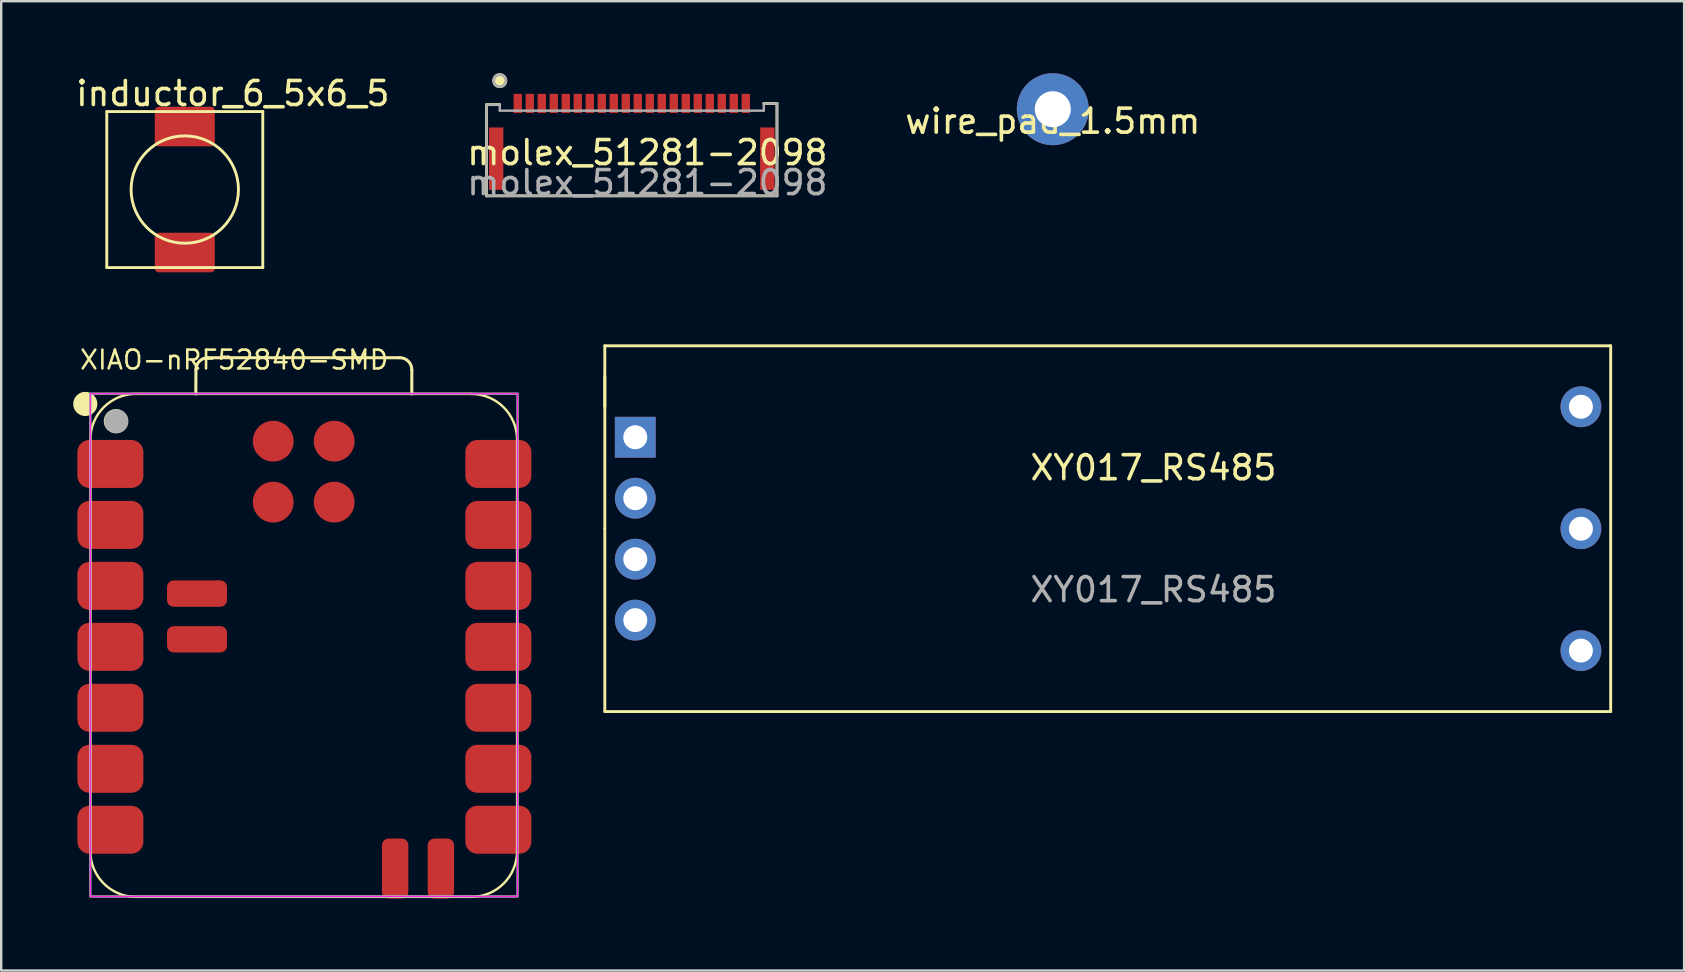
<source format=kicad_pcb>
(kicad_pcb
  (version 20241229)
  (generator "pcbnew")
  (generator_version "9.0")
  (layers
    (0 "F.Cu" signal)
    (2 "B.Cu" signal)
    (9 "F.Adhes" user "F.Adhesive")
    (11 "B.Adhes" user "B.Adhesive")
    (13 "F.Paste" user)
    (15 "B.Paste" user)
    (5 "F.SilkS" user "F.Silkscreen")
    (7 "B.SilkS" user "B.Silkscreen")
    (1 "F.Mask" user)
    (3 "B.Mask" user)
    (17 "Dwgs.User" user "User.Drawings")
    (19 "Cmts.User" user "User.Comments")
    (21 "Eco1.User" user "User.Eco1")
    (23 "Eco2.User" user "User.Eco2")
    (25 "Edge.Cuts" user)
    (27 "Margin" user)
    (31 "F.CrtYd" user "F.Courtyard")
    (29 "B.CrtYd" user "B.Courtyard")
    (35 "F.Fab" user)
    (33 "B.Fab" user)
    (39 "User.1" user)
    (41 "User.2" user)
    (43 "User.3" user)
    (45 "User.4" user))
  (footprint "inductor_6_5x6_5"
    (layer "F.Cu")
    (at 4.649 4.848)
    (property "Reference" "inductor_6_5x6_5" (at 2 -4 0) (layer "F.SilkS") (effects (font (size 1 1) (thickness 0.15))))
    (attr through_hole)
    (fp_line (start -3.25 -3.25) (end 3.25 -3.25) (stroke (width 0.12) (type solid)) (layer "F.SilkS"))
    (fp_line (start -3.25 3.25) (end -3.25 -3.25) (stroke (width 0.12) (type solid)) (layer "F.SilkS"))
    (fp_line (start 3.25 -3.25) (end 3.25 3.25) (stroke (width 0.12) (type solid)) (layer "F.SilkS"))
    (fp_line (start 3.25 3.25) (end -3.25 3.25) (stroke (width 0.12) (type solid)) (layer "F.SilkS"))
    (fp_circle (center 0 0) (end 2 -1) (stroke (width 0.12) (type solid)) (fill no) (layer "F.SilkS"))
    (pad "1" smd roundrect (at 0 -2.625) (size 2.5 1.65) (layers "F.Cu" "F.Mask" "F.Paste") (roundrect_rratio 0.1))
    (pad "2" smd roundrect (at 0 2.625) (size 2.5 1.65) (layers "F.Cu" "F.Mask" "F.Paste") (roundrect_rratio 0.1)))
  (footprint "molex_51281-2098"
    (layer "F.Cu")
    (at 23.273 3.31)
    (property "Reference" "molex_51281-2098" (at 0.65 0 0) (unlocked yes) (layer "F.SilkS") (effects (font (size 1 1) (thickness 0.15))))
    (attr smd)
    (fp_line (start -6.05 -2) (end -5.5 -2) (stroke (width 0.12) (type solid)) (layer "F.SilkS"))
    (fp_line (start -6.05 1.8) (end -6.05 -2) (stroke (width 0.12) (type solid)) (layer "F.SilkS"))
    (fp_line (start -6.05 1.8) (end 6.05 1.8) (stroke (width 0.12) (type solid)) (layer "F.SilkS"))
    (fp_line (start 6.05 -2.05) (end 5.5 -2.05) (stroke (width 0.12) (type solid)) (layer "F.SilkS"))
    (fp_line (start 6.05 1.8) (end 6.05 -2.05) (stroke (width 0.12) (type solid)) (layer "F.SilkS"))
    (fp_circle (center -5.5 -3) (end -5.25 -3) (stroke (width 0.12) (type solid)) (fill yes) (layer "F.SilkS"))
    (fp_line (start -6.05 -2) (end -5.5 -2) (stroke (width 0.1) (type solid)) (layer "F.Fab"))
    (fp_line (start -6.05 -1.75) (end -6.05 -2) (stroke (width 0.1) (type solid)) (layer "F.Fab"))
    (fp_line (start -6.05 1.8) (end -6.05 -1.75) (stroke (width 0.1) (type solid)) (layer "F.Fab"))
    (fp_line (start -6.05 1.8) (end 6.05 1.8) (stroke (width 0.1) (type solid)) (layer "F.Fab"))
    (fp_line (start -5.5 -2) (end -5.5 -1.75) (stroke (width 0.1) (type solid)) (layer "F.Fab"))
    (fp_line (start -5.5 -1.75) (end 5.5 -1.75) (stroke (width 0.1) (type solid)) (layer "F.Fab"))
    (fp_line (start 5.5 -2.05) (end 5.5 -1.75) (stroke (width 0.1) (type solid)) (layer "F.Fab"))
    (fp_line (start 6.05 -2.05) (end 5.5 -2.05) (stroke (width 0.1) (type solid)) (layer "F.Fab"))
    (fp_line (start 6.05 -1.75) (end 6.05 -2.05) (stroke (width 0.1) (type solid)) (layer "F.Fab"))
    (fp_line (start 6.05 -1.75) (end 6.05 1.8) (stroke (width 0.1) (type solid)) (layer "F.Fab"))
    (fp_circle (center -5.5 -3) (end -5.25 -3) (stroke (width 0.12) (type solid)) (fill no) (layer "F.Fab"))
    (fp_text user "${REFERENCE}" (at 0.65 1.25 0) (unlocked yes) (layer "F.Fab") (effects (font (size 1 1) (thickness 0.15))))
    (pad "1" smd rect (at -4.75 -2.05) (size 0.35 0.8) (layers "F.Cu" "F.Mask" "F.Paste"))
    (pad "2" smd rect (at -4.25 -2.05) (size 0.35 0.8) (layers "F.Cu" "F.Mask" "F.Paste"))
    (pad "3" smd rect (at -3.75 -2.05) (size 0.35 0.8) (layers "F.Cu" "F.Mask" "F.Paste"))
    (pad "4" smd rect (at -3.25 -2.05) (size 0.35 0.8) (layers "F.Cu" "F.Mask" "F.Paste"))
    (pad "5" smd rect (at -2.75 -2.05) (size 0.35 0.8) (layers "F.Cu" "F.Mask" "F.Paste"))
    (pad "6" smd rect (at -2.25 -2.05) (size 0.35 0.8) (layers "F.Cu" "F.Mask" "F.Paste"))
    (pad "7" smd rect (at -1.75 -2.05) (size 0.35 0.8) (layers "F.Cu" "F.Mask" "F.Paste"))
    (pad "8" smd rect (at -1.25 -2.05) (size 0.35 0.8) (layers "F.Cu" "F.Mask" "F.Paste"))
    (pad "9" smd rect (at -0.75 -2.05) (size 0.35 0.8) (layers "F.Cu" "F.Mask" "F.Paste"))
    (pad "10" smd rect (at -0.25 -2.05) (size 0.35 0.8) (layers "F.Cu" "F.Mask" "F.Paste"))
    (pad "11" smd rect (at 0.25 -2.05) (size 0.35 0.8) (layers "F.Cu" "F.Mask" "F.Paste"))
    (pad "12" smd rect (at 0.75 -2.05) (size 0.35 0.8) (layers "F.Cu" "F.Mask" "F.Paste"))
    (pad "13" smd rect (at 1.25 -2.05) (size 0.35 0.8) (layers "F.Cu" "F.Mask" "F.Paste"))
    (pad "14" smd rect (at 1.75 -2.05) (size 0.35 0.8) (layers "F.Cu" "F.Mask" "F.Paste"))
    (pad "15" smd rect (at 2.25 -2.05) (size 0.35 0.8) (layers "F.Cu" "F.Mask" "F.Paste"))
    (pad "16" smd rect (at 2.75 -2.05) (size 0.35 0.8) (layers "F.Cu" "F.Mask" "F.Paste"))
    (pad "17" smd rect (at 3.25 -2.05) (size 0.35 0.8) (layers "F.Cu" "F.Mask" "F.Paste"))
    (pad "18" smd rect (at 3.75 -2.05) (size 0.35 0.8) (layers "F.Cu" "F.Mask" "F.Paste"))
    (pad "19" smd rect (at 4.25 -2.05) (size 0.35 0.8) (layers "F.Cu" "F.Mask" "F.Paste"))
    (pad "20" smd rect (at 4.75 -2.05) (size 0.35 0.8) (layers "F.Cu" "F.Mask" "F.Paste"))
    (pad "MP" smd rect (at -5.65 0.25) (size 0.6 2.6) (layers "F.Cu" "F.Mask" "F.Paste"))
    (pad "MP" smd rect (at 5.65 0.25) (size 0.6 2.6) (layers "F.Cu" "F.Mask" "F.Paste")))
  (footprint "XIAO-nRF52840-SMD"
    (layer "F.Cu")
    (at 9.659 23.901)
    (property "Reference" "XIAO-nRF52840-SMD" (at -9.445 -11.5 0) (layer "F.SilkS") (effects (font (size 0.782 0.782) (thickness 0.107)) (justify left bottom)))
    (fp_line (start -8.945 8.513) (end -8.945 -8.632) (stroke (width 0.1) (type solid)) (layer "F.SilkS"))
    (fp_line (start -7.04 10.418) (end 6.93 10.418) (stroke (width 0.1) (type solid)) (layer "F.SilkS"))
    (fp_line (start -4.55 -10.537) (end -4.546 -11.547) (stroke (width 0.127) (type solid)) (layer "F.SilkS"))
    (fp_line (start -4.046 -12.047) (end 3.949 -12.047) (stroke (width 0.127) (type solid)) (layer "F.SilkS"))
    (fp_line (start 4.449 -11.547) (end 4.449 -10.537) (stroke (width 0.127) (type solid)) (layer "F.SilkS"))
    (fp_line (start 6.93 -10.537) (end -7.04 -10.537) (stroke (width 0.1) (type solid)) (layer "F.SilkS"))
    (fp_line (start 8.835 8.513) (end 8.835 -8.632) (stroke (width 0.1) (type solid)) (layer "F.SilkS"))
    (fp_arc (start -8.945 -8.636) (mid -8.387038 -9.983038) (end -7.04 -10.541) (stroke (width 0.1) (type solid)) (layer "F.SilkS"))
    (fp_arc (start -7.04 10.418) (mid -8.387038 9.860038) (end -8.945 8.513) (stroke (width 0.1) (type solid)) (layer "F.SilkS"))
    (fp_arc (start -4.546272 -11.547272) (mid -4.399724 -11.900644) (end -4.046272 -12.047) (stroke (width 0.127) (type default)) (layer "F.SilkS"))
    (fp_arc (start 3.949 -12.047) (mid 4.302524 -11.900524) (end 4.449 -11.547) (stroke (width 0.127) (type default)) (layer "F.SilkS"))
    (fp_arc (start 6.93 -10.537) (mid 8.277024 -9.979024) (end 8.835 -8.632) (stroke (width 0.1) (type solid)) (layer "F.SilkS"))
    (fp_arc (start 8.835 8.513) (mid 8.277038 9.860038) (end 6.93 10.418) (stroke (width 0.1) (type solid)) (layer "F.SilkS"))
    (fp_circle (center -9.155 -10.121) (end -9.155 -10.375) (stroke (width 0.5) (type solid)) (fill yes) (layer "F.SilkS"))
    (fp_circle (center -7.881 -9.404) (end -7.881 -9.658) (stroke (width 0.5) (type solid)) (fill yes) (layer "F.SilkS"))
    (fp_rect (start -8.945 -10.55) (end 8.855 10.4) (stroke (width 0.05) (type default)) (fill no) (layer "F.CrtYd"))
    (fp_rect (start -8.945 -10.55) (end 8.855 10.4) (stroke (width 0.1) (type default)) (fill no) (layer "F.Fab"))
    (fp_circle (center -7.861 -9.4) (end -7.861 -9.654) (stroke (width 0.5) (type solid)) (fill no) (layer "F.Fab"))
    (pad "1" smd roundrect (at -8.11 -7.62) (size 2.75 2) (layers "F.Cu" "F.Mask" "F.Paste") (roundrect_rratio 0.25))
    (pad "2" smd roundrect (at -8.11 -5.08) (size 2.75 2) (layers "F.Cu" "F.Mask" "F.Paste") (roundrect_rratio 0.25))
    (pad "3" smd roundrect (at -8.11 -2.54) (size 2.75 2) (layers "F.Cu" "F.Mask" "F.Paste") (roundrect_rratio 0.25))
    (pad "4" smd roundrect (at -8.11 0) (size 2.75 2) (layers "F.Cu" "F.Mask" "F.Paste") (roundrect_rratio 0.25))
    (pad "5" smd roundrect (at -8.11 2.54) (size 2.75 2) (layers "F.Cu" "F.Mask" "F.Paste") (roundrect_rratio 0.25))
    (pad "6" smd roundrect (at -8.11 5.08) (size 2.75 2) (layers "F.Cu" "F.Mask" "F.Paste") (roundrect_rratio 0.25))
    (pad "7" smd roundrect (at -8.11 7.62) (size 2.75 2) (layers "F.Cu" "F.Mask" "F.Paste") (roundrect_rratio 0.25))
    (pad "8" smd roundrect (at 8.055 7.62) (size 2.75 2) (layers "F.Cu" "F.Mask" "F.Paste") (roundrect_rratio 0.25))
    (pad "9" smd roundrect (at 8.055 5.08) (size 2.75 2) (layers "F.Cu" "F.Mask" "F.Paste") (roundrect_rratio 0.25))
    (pad "10" smd roundrect (at 8.055 2.54) (size 2.75 2) (layers "F.Cu" "F.Mask" "F.Paste") (roundrect_rratio 0.25))
    (pad "11" smd roundrect (at 8.055 0) (size 2.75 2) (layers "F.Cu" "F.Mask" "F.Paste") (roundrect_rratio 0.25))
    (pad "12" smd roundrect (at 8.055 -2.54) (size 2.75 2) (layers "F.Cu" "F.Mask" "F.Paste") (roundrect_rratio 0.25))
    (pad "13" smd roundrect (at 8.055 -5.08) (size 2.75 2) (layers "F.Cu" "F.Mask" "F.Paste") (roundrect_rratio 0.25))
    (pad "14" smd roundrect (at 8.055 -7.62) (size 2.75 2) (layers "F.Cu" "F.Mask" "F.Paste") (roundrect_rratio 0.25))
    (pad "15" smd roundrect (at -4.5 -0.314 180) (size 2.5 1.1) (layers "F.Cu" "F.Mask" "F.Paste") (roundrect_rratio 0.25))
    (pad "16" smd roundrect (at -4.5 -2.219 180) (size 2.5 1.1) (layers "F.Cu" "F.Mask" "F.Paste") (roundrect_rratio 0.25))
    (pad "17" smd roundrect (at 3.755 9.237 270) (size 2.5 1.1) (layers "F.Cu" "F.Mask" "F.Paste") (roundrect_rratio 0.25))
    (pad "18" smd roundrect (at 5.66 9.237 270) (size 2.5 1.1) (layers "F.Cu" "F.Mask" "F.Paste") (roundrect_rratio 0.25))
    (pad "19" smd circle (at -1.325 -8.569) (size 1.7 1.7) (layers "F.Cu" "F.Mask" "F.Paste"))
    (pad "20" smd circle (at 1.215 -8.569) (size 1.7 1.7) (layers "F.Cu" "F.Mask" "F.Paste"))
    (pad "21" smd circle (at -1.325 -6.029) (size 1.7 1.7) (layers "F.Cu" "F.Mask" "F.Paste"))
    (pad "22" smd circle (at 1.215 -6.029) (size 1.7 1.7) (layers "F.Cu" "F.Mask" "F.Paste")))
  (footprint "XY017_RS485"
    (layer "F.Cu")
    (at 23.419 18.978)
    (property "Reference" "XY017_RS485" (at 21.59 -2.54 0) (unlocked yes) (layer "F.SilkS") (effects (font (size 1 1) (thickness 0.15))))
    (attr through_hole)
    (fp_line (start -1.27 -7.62) (end 40.64 -7.62) (stroke (width 0.12) (type default)) (layer "F.SilkS"))
    (fp_line (start -1.27 -5.08) (end -1.27 -7.62) (stroke (width 0.12) (type default)) (layer "F.SilkS"))
    (fp_line (start -1.27 0) (end -1.27 -6.35) (stroke (width 0.12) (type default)) (layer "F.SilkS"))
    (fp_line (start -1.27 7.62) (end -1.27 0) (stroke (width 0.12) (type default)) (layer "F.SilkS"))
    (fp_line (start 40.64 -7.62) (end 40.64 7.62) (stroke (width 0.12) (type default)) (layer "F.SilkS"))
    (fp_line (start 40.64 7.62) (end -1.27 7.62) (stroke (width 0.12) (type default)) (layer "F.SilkS"))
    (fp_text user "${REFERENCE}" (at 21.59 2.54 0) (unlocked yes) (layer "F.Fab") (effects (font (size 1 1) (thickness 0.15))))
    (pad "1" thru_hole rect (at 0 -3.81) (size 1.7 1.7) (drill 1) (layers "*.Cu" "*.Mask"))
    (pad "2" thru_hole circle (at 0 -1.27) (size 1.7 1.7) (drill 1) (layers "*.Cu" "*.Mask"))
    (pad "3" thru_hole circle (at 0 1.27) (size 1.7 1.7) (drill 1) (layers "*.Cu" "*.Mask"))
    (pad "4" thru_hole circle (at 0 3.81) (size 1.7 1.7) (drill 1) (layers "*.Cu" "*.Mask"))
    (pad "5" thru_hole circle (at 39.4 5.08) (size 1.7 1.7) (drill 1) (layers "*.Cu" "*.Mask"))
    (pad "6" thru_hole circle (at 39.4 0) (size 1.7 1.7) (drill 1) (layers "*.Cu" "*.Mask"))
    (pad "7" thru_hole circle (at 39.4 -5.08) (size 1.7 1.7) (drill 1) (layers "*.Cu" "*.Mask")))
  (footprint "wire_pad_1.5mm"
    (layer "F.Cu")
    (at 40.815 1.5)
    (property "Reference" "wire_pad_1.5mm" (at 0 0.5 0) (layer "F.SilkS") (effects (font (size 1 1) (thickness 0.15))))
    (attr through_hole)
    (pad "1" thru_hole circle (at 0 0) (size 3 3) (drill 1.5) (layers "*.Cu" "*.Mask")))
  (gr_rect
    (start -3 -3)
    (end 67.119 37.388)
    (stroke (width 0.1) (type default))
    (fill no)
    (layer "Edge.Cuts")))
</source>
